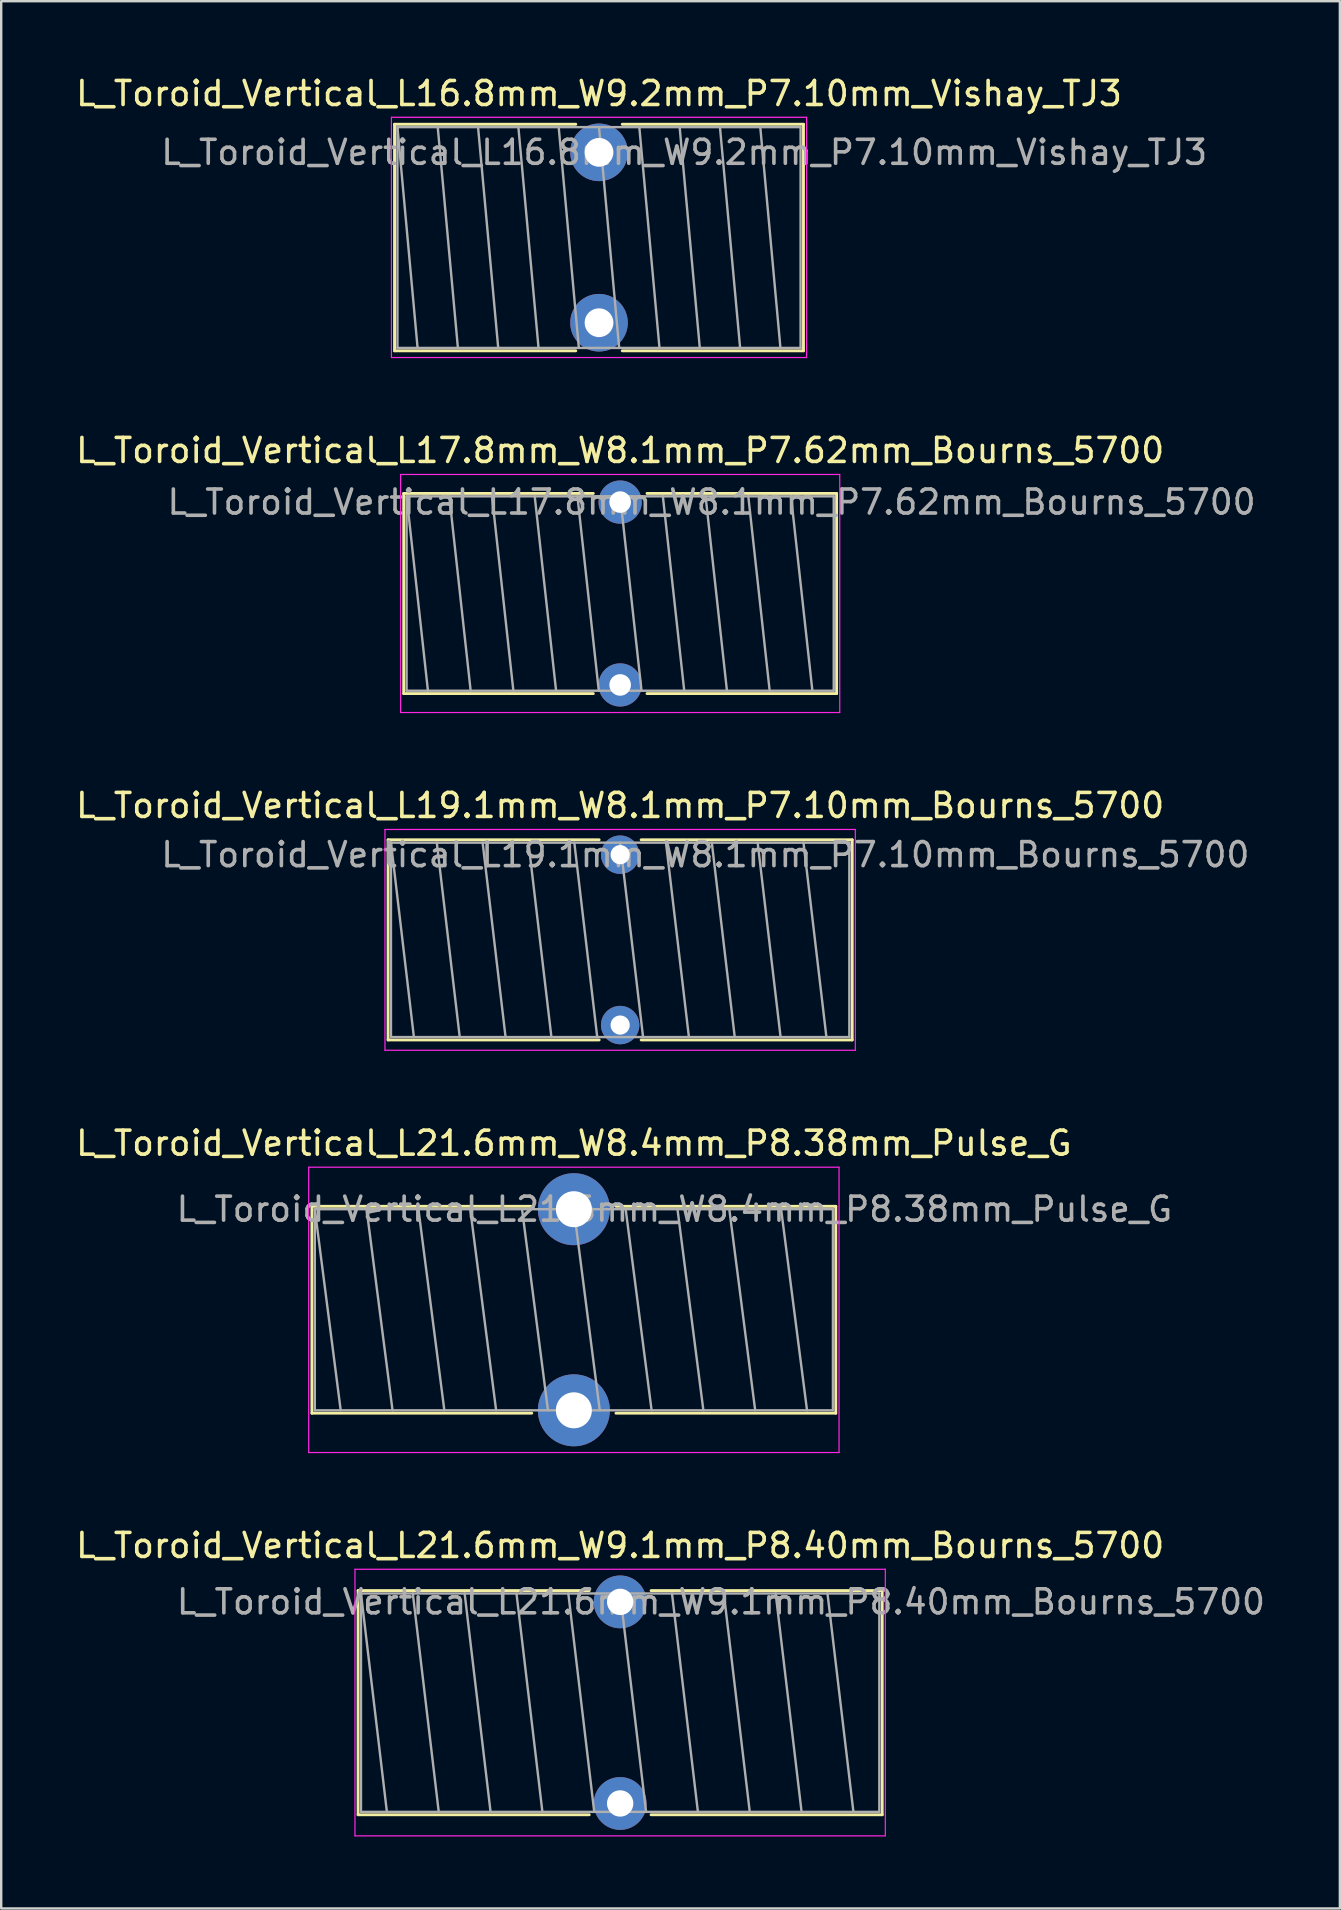
<source format=kicad_pcb>
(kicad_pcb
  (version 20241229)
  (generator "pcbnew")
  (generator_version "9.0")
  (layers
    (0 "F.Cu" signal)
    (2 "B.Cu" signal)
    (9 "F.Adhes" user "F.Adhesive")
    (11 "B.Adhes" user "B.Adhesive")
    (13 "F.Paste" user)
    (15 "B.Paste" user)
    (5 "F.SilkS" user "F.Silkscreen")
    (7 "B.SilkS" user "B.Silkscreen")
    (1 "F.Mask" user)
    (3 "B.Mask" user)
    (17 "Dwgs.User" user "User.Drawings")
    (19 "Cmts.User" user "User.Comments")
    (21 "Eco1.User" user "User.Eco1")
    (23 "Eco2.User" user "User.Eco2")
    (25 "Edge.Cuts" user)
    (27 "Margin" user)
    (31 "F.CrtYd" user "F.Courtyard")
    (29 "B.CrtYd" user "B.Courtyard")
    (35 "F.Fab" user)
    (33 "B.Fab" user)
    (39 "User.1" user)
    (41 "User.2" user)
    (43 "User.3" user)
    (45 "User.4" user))
  (footprint "L_Toroid_Vertical_L16.8mm_W9.2mm_P7.10mm_Vishay_TJ3"
    (layer "F.Cu")
    (at 21.911 3.298)
    (property "Reference" "L_Toroid_Vertical_L16.8mm_W9.2mm_P7.10mm_Vishay_TJ3" (at 0 -2.45 0) (layer "F.SilkS") (effects (font (size 1 1) (thickness 0.15))))
    (attr through_hole)
    (fp_line (start -8.52 -1.17) (end -8.52 8.27) (stroke (width 0.12) (type solid)) (layer "F.SilkS"))
    (fp_line (start -8.52 -1.17) (end -0.968 -1.17) (stroke (width 0.12) (type solid)) (layer "F.SilkS"))
    (fp_line (start -8.52 8.27) (end -0.968 8.27) (stroke (width 0.12) (type solid)) (layer "F.SilkS"))
    (fp_line (start 0.968 -1.17) (end 8.52 -1.17) (stroke (width 0.12) (type solid)) (layer "F.SilkS"))
    (fp_line (start 0.968 8.27) (end 8.52 8.27) (stroke (width 0.12) (type solid)) (layer "F.SilkS"))
    (fp_line (start 8.52 -1.17) (end 8.52 8.27) (stroke (width 0.12) (type solid)) (layer "F.SilkS"))
    (fp_line (start -8.65 -1.46) (end -8.65 8.55) (stroke (width 0.05) (type solid)) (layer "F.CrtYd"))
    (fp_line (start -8.65 8.55) (end 8.65 8.55) (stroke (width 0.05) (type solid)) (layer "F.CrtYd"))
    (fp_line (start 8.65 -1.46) (end -8.65 -1.46) (stroke (width 0.05) (type solid)) (layer "F.CrtYd"))
    (fp_line (start 8.65 8.55) (end 8.65 -1.46) (stroke (width 0.05) (type solid)) (layer "F.CrtYd"))
    (fp_line (start -8.4 -1.05) (end -8.4 8.15) (stroke (width 0.1) (type solid)) (layer "F.Fab"))
    (fp_line (start -8.4 -1.05) (end -7.56 8.15) (stroke (width 0.1) (type solid)) (layer "F.Fab"))
    (fp_line (start -8.4 8.15) (end 8.4 8.15) (stroke (width 0.1) (type solid)) (layer "F.Fab"))
    (fp_line (start -6.72 -1.05) (end -5.88 8.15) (stroke (width 0.1) (type solid)) (layer "F.Fab"))
    (fp_line (start -5.04 -1.05) (end -4.2 8.15) (stroke (width 0.1) (type solid)) (layer "F.Fab"))
    (fp_line (start -3.36 -1.05) (end -2.52 8.15) (stroke (width 0.1) (type solid)) (layer "F.Fab"))
    (fp_line (start -1.68 -1.05) (end -0.84 8.15) (stroke (width 0.1) (type solid)) (layer "F.Fab"))
    (fp_line (start 0 -1.05) (end 0.84 8.15) (stroke (width 0.1) (type solid)) (layer "F.Fab"))
    (fp_line (start 1.68 -1.05) (end 2.52 8.15) (stroke (width 0.1) (type solid)) (layer "F.Fab"))
    (fp_line (start 3.36 -1.05) (end 4.2 8.15) (stroke (width 0.1) (type solid)) (layer "F.Fab"))
    (fp_line (start 5.04 -1.05) (end 5.88 8.15) (stroke (width 0.1) (type solid)) (layer "F.Fab"))
    (fp_line (start 6.72 -1.05) (end 7.56 8.15) (stroke (width 0.1) (type solid)) (layer "F.Fab"))
    (fp_line (start 8.4 -1.05) (end -8.4 -1.05) (stroke (width 0.1) (type solid)) (layer "F.Fab"))
    (fp_line (start 8.4 8.15) (end 8.4 -1.05) (stroke (width 0.1) (type solid)) (layer "F.Fab"))
    (fp_text user "${REFERENCE}" (at 3.55 0 0) (layer "F.Fab") (effects (font (size 1 1) (thickness 0.15))))
    (pad "1" thru_hole circle (at 0 0) (size 2.4 2.4) (drill 1.2) (layers "*.Cu" "*.Mask"))
    (pad "2" thru_hole circle (at 0 7.1) (size 2.4 2.4) (drill 1.2) (layers "*.Cu" "*.Mask")))
  (footprint "L_Toroid_Vertical_L17.8mm_W8.1mm_P7.62mm_Bourns_5700"
    (layer "F.Cu")
    (at 22.792 17.872)
    (property "Reference" "L_Toroid_Vertical_L17.8mm_W8.1mm_P7.62mm_Bourns_5700" (at 0 -2.15 0) (layer "F.SilkS") (effects (font (size 1 1) (thickness 0.15))))
    (attr through_hole)
    (fp_line (start -9.02 -0.36) (end -9.02 7.98) (stroke (width 0.12) (type solid)) (layer "F.SilkS"))
    (fp_line (start -9.02 -0.36) (end -1.119 -0.36) (stroke (width 0.12) (type solid)) (layer "F.SilkS"))
    (fp_line (start -9.02 7.98) (end -1.119 7.98) (stroke (width 0.12) (type solid)) (layer "F.SilkS"))
    (fp_line (start 1.119 -0.36) (end 9.02 -0.36) (stroke (width 0.12) (type solid)) (layer "F.SilkS"))
    (fp_line (start 1.119 7.98) (end 9.02 7.98) (stroke (width 0.12) (type solid)) (layer "F.SilkS"))
    (fp_line (start 9.02 -0.36) (end 9.02 7.98) (stroke (width 0.12) (type solid)) (layer "F.SilkS"))
    (fp_line (start -9.15 -1.15) (end -9.15 8.77) (stroke (width 0.05) (type solid)) (layer "F.CrtYd"))
    (fp_line (start -9.15 8.77) (end 9.15 8.77) (stroke (width 0.05) (type solid)) (layer "F.CrtYd"))
    (fp_line (start 9.15 -1.15) (end -9.15 -1.15) (stroke (width 0.05) (type solid)) (layer "F.CrtYd"))
    (fp_line (start 9.15 8.77) (end 9.15 -1.15) (stroke (width 0.05) (type solid)) (layer "F.CrtYd"))
    (fp_line (start -8.9 -0.24) (end -8.9 7.86) (stroke (width 0.1) (type solid)) (layer "F.Fab"))
    (fp_line (start -8.9 -0.24) (end -8.01 7.86) (stroke (width 0.1) (type solid)) (layer "F.Fab"))
    (fp_line (start -8.9 7.86) (end 8.9 7.86) (stroke (width 0.1) (type solid)) (layer "F.Fab"))
    (fp_line (start -7.12 -0.24) (end -6.23 7.86) (stroke (width 0.1) (type solid)) (layer "F.Fab"))
    (fp_line (start -5.34 -0.24) (end -4.45 7.86) (stroke (width 0.1) (type solid)) (layer "F.Fab"))
    (fp_line (start -3.56 -0.24) (end -2.67 7.86) (stroke (width 0.1) (type solid)) (layer "F.Fab"))
    (fp_line (start -1.78 -0.24) (end -0.89 7.86) (stroke (width 0.1) (type solid)) (layer "F.Fab"))
    (fp_line (start 0 -0.24) (end 0.89 7.86) (stroke (width 0.1) (type solid)) (layer "F.Fab"))
    (fp_line (start 1.78 -0.24) (end 2.67 7.86) (stroke (width 0.1) (type solid)) (layer "F.Fab"))
    (fp_line (start 3.56 -0.24) (end 4.45 7.86) (stroke (width 0.1) (type solid)) (layer "F.Fab"))
    (fp_line (start 5.34 -0.24) (end 6.23 7.86) (stroke (width 0.1) (type solid)) (layer "F.Fab"))
    (fp_line (start 7.12 -0.24) (end 8.01 7.86) (stroke (width 0.1) (type solid)) (layer "F.Fab"))
    (fp_line (start 8.9 -0.24) (end -8.9 -0.24) (stroke (width 0.1) (type solid)) (layer "F.Fab"))
    (fp_line (start 8.9 7.86) (end 8.9 -0.24) (stroke (width 0.1) (type solid)) (layer "F.Fab"))
    (fp_text user "${REFERENCE}" (at 3.81 0 0) (layer "F.Fab") (effects (font (size 1 1) (thickness 0.15))))
    (pad "1" thru_hole circle (at 0 0) (size 1.8 1.8) (drill 0.9) (layers "*.Cu" "*.Mask"))
    (pad "2" thru_hole circle (at 0 7.62) (size 1.8 1.8) (drill 0.9) (layers "*.Cu" "*.Mask")))
  (footprint "L_Toroid_Vertical_L19.1mm_W8.1mm_P7.10mm_Bourns_5700"
    (layer "F.Cu")
    (at 22.792 32.565)
    (property "Reference" "L_Toroid_Vertical_L19.1mm_W8.1mm_P7.10mm_Bourns_5700" (at 0 -2.05 0) (layer "F.SilkS") (effects (font (size 1 1) (thickness 0.15))))
    (attr through_hole)
    (fp_line (start -9.67 -0.62) (end -9.67 7.72) (stroke (width 0.12) (type solid)) (layer "F.SilkS"))
    (fp_line (start -9.67 -0.62) (end -0.875 -0.62) (stroke (width 0.12) (type solid)) (layer "F.SilkS"))
    (fp_line (start -9.67 7.72) (end -0.875 7.72) (stroke (width 0.12) (type solid)) (layer "F.SilkS"))
    (fp_line (start 0.875 -0.62) (end 9.67 -0.62) (stroke (width 0.12) (type solid)) (layer "F.SilkS"))
    (fp_line (start 0.875 7.72) (end 9.67 7.72) (stroke (width 0.12) (type solid)) (layer "F.SilkS"))
    (fp_line (start 9.67 -0.62) (end 9.67 7.72) (stroke (width 0.12) (type solid)) (layer "F.SilkS"))
    (fp_line (start -9.8 -1.05) (end -9.8 8.15) (stroke (width 0.05) (type solid)) (layer "F.CrtYd"))
    (fp_line (start -9.8 8.15) (end 9.8 8.15) (stroke (width 0.05) (type solid)) (layer "F.CrtYd"))
    (fp_line (start 9.8 -1.05) (end -9.8 -1.05) (stroke (width 0.05) (type solid)) (layer "F.CrtYd"))
    (fp_line (start 9.8 8.15) (end 9.8 -1.05) (stroke (width 0.05) (type solid)) (layer "F.CrtYd"))
    (fp_line (start -9.55 -0.5) (end -9.55 7.6) (stroke (width 0.1) (type solid)) (layer "F.Fab"))
    (fp_line (start -9.55 -0.5) (end -8.595 7.6) (stroke (width 0.1) (type solid)) (layer "F.Fab"))
    (fp_line (start -9.55 7.6) (end 9.55 7.6) (stroke (width 0.1) (type solid)) (layer "F.Fab"))
    (fp_line (start -7.64 -0.5) (end -6.685 7.6) (stroke (width 0.1) (type solid)) (layer "F.Fab"))
    (fp_line (start -5.73 -0.5) (end -4.775 7.6) (stroke (width 0.1) (type solid)) (layer "F.Fab"))
    (fp_line (start -3.82 -0.5) (end -2.865 7.6) (stroke (width 0.1) (type solid)) (layer "F.Fab"))
    (fp_line (start -1.91 -0.5) (end -0.955 7.6) (stroke (width 0.1) (type solid)) (layer "F.Fab"))
    (fp_line (start 0 -0.5) (end 0.955 7.6) (stroke (width 0.1) (type solid)) (layer "F.Fab"))
    (fp_line (start 1.91 -0.5) (end 2.865 7.6) (stroke (width 0.1) (type solid)) (layer "F.Fab"))
    (fp_line (start 3.82 -0.5) (end 4.775 7.6) (stroke (width 0.1) (type solid)) (layer "F.Fab"))
    (fp_line (start 5.73 -0.5) (end 6.685 7.6) (stroke (width 0.1) (type solid)) (layer "F.Fab"))
    (fp_line (start 7.64 -0.5) (end 8.595 7.6) (stroke (width 0.1) (type solid)) (layer "F.Fab"))
    (fp_line (start 9.55 -0.5) (end -9.55 -0.5) (stroke (width 0.1) (type solid)) (layer "F.Fab"))
    (fp_line (start 9.55 7.6) (end 9.55 -0.5) (stroke (width 0.1) (type solid)) (layer "F.Fab"))
    (fp_text user "${REFERENCE}" (at 3.55 0 0) (layer "F.Fab") (effects (font (size 1 1) (thickness 0.15))))
    (pad "1" thru_hole circle (at 0 0) (size 1.6 1.6) (drill 0.8) (layers "*.Cu" "*.Mask"))
    (pad "2" thru_hole circle (at 0 7.1) (size 1.6 1.6) (drill 0.8) (layers "*.Cu" "*.Mask")))
  (footprint "L_Toroid_Vertical_L21.6mm_W8.4mm_P8.38mm_Pulse_G"
    (layer "F.Cu")
    (at 20.863 47.338)
    (property "Reference" "L_Toroid_Vertical_L21.6mm_W8.4mm_P8.38mm_Pulse_G" (at 0 -2.75 0) (layer "F.SilkS") (effects (font (size 1 1) (thickness 0.15))))
    (attr through_hole)
    (fp_line (start -10.915 -0.12) (end -10.915 8.5) (stroke (width 0.12) (type solid)) (layer "F.SilkS"))
    (fp_line (start -10.915 -0.12) (end -1.755 -0.12) (stroke (width 0.12) (type solid)) (layer "F.SilkS"))
    (fp_line (start -10.915 8.5) (end -1.755 8.5) (stroke (width 0.12) (type solid)) (layer "F.SilkS"))
    (fp_line (start 1.755 -0.12) (end 10.915 -0.12) (stroke (width 0.12) (type solid)) (layer "F.SilkS"))
    (fp_line (start 1.755 8.5) (end 10.915 8.5) (stroke (width 0.12) (type solid)) (layer "F.SilkS"))
    (fp_line (start 10.915 -0.12) (end 10.915 8.5) (stroke (width 0.12) (type solid)) (layer "F.SilkS"))
    (fp_line (start -11.05 -1.75) (end -11.05 10.14) (stroke (width 0.05) (type solid)) (layer "F.CrtYd"))
    (fp_line (start -11.05 10.14) (end 11.05 10.14) (stroke (width 0.05) (type solid)) (layer "F.CrtYd"))
    (fp_line (start 11.05 -1.75) (end -11.05 -1.75) (stroke (width 0.05) (type solid)) (layer "F.CrtYd"))
    (fp_line (start 11.05 10.14) (end 11.05 -1.75) (stroke (width 0.05) (type solid)) (layer "F.CrtYd"))
    (fp_line (start -10.795 0) (end -10.795 8.38) (stroke (width 0.1) (type solid)) (layer "F.Fab"))
    (fp_line (start -10.795 0) (end -9.716 8.38) (stroke (width 0.1) (type solid)) (layer "F.Fab"))
    (fp_line (start -10.795 8.38) (end 10.795 8.38) (stroke (width 0.1) (type solid)) (layer "F.Fab"))
    (fp_line (start -8.636 0) (end -7.556 8.38) (stroke (width 0.1) (type solid)) (layer "F.Fab"))
    (fp_line (start -6.477 0) (end -5.397 8.38) (stroke (width 0.1) (type solid)) (layer "F.Fab"))
    (fp_line (start -4.318 0) (end -3.239 8.38) (stroke (width 0.1) (type solid)) (layer "F.Fab"))
    (fp_line (start -2.159 0) (end -1.079 8.38) (stroke (width 0.1) (type solid)) (layer "F.Fab"))
    (fp_line (start 0 0) (end 1.079 8.38) (stroke (width 0.1) (type solid)) (layer "F.Fab"))
    (fp_line (start 2.159 0) (end 3.239 8.38) (stroke (width 0.1) (type solid)) (layer "F.Fab"))
    (fp_line (start 4.318 0) (end 5.397 8.38) (stroke (width 0.1) (type solid)) (layer "F.Fab"))
    (fp_line (start 6.477 0) (end 7.556 8.38) (stroke (width 0.1) (type solid)) (layer "F.Fab"))
    (fp_line (start 8.636 0) (end 9.716 8.38) (stroke (width 0.1) (type solid)) (layer "F.Fab"))
    (fp_line (start 10.795 0) (end -10.795 0) (stroke (width 0.1) (type solid)) (layer "F.Fab"))
    (fp_line (start 10.795 8.38) (end 10.795 0) (stroke (width 0.1) (type solid)) (layer "F.Fab"))
    (fp_text user "${REFERENCE}" (at 4.19 0 0) (layer "F.Fab") (effects (font (size 1 1) (thickness 0.15))))
    (pad "1" thru_hole circle (at 0 0) (size 3 3) (drill 1.5) (layers "*.Cu" "*.Mask"))
    (pad "2" thru_hole circle (at 0 8.38) (size 3 3) (drill 1.5) (layers "*.Cu" "*.Mask")))
  (footprint "L_Toroid_Vertical_L21.6mm_W9.1mm_P8.40mm_Bourns_5700"
    (layer "F.Cu")
    (at 22.792 63.701)
    (property "Reference" "L_Toroid_Vertical_L21.6mm_W9.1mm_P8.40mm_Bourns_5700" (at 0 -2.35 0) (layer "F.SilkS") (effects (font (size 1 1) (thickness 0.15))))
    (attr through_hole)
    (fp_line (start -10.92 -0.47) (end -10.92 8.87) (stroke (width 0.12) (type solid)) (layer "F.SilkS"))
    (fp_line (start -10.92 -0.47) (end -1.288 -0.47) (stroke (width 0.12) (type solid)) (layer "F.SilkS"))
    (fp_line (start -10.92 8.87) (end -1.288 8.87) (stroke (width 0.12) (type solid)) (layer "F.SilkS"))
    (fp_line (start 1.288 -0.47) (end 10.92 -0.47) (stroke (width 0.12) (type solid)) (layer "F.SilkS"))
    (fp_line (start 1.288 8.87) (end 10.92 8.87) (stroke (width 0.12) (type solid)) (layer "F.SilkS"))
    (fp_line (start 10.92 -0.47) (end 10.92 8.87) (stroke (width 0.12) (type solid)) (layer "F.SilkS"))
    (fp_line (start -11.05 -1.36) (end -11.05 9.75) (stroke (width 0.05) (type solid)) (layer "F.CrtYd"))
    (fp_line (start -11.05 9.75) (end 11.05 9.75) (stroke (width 0.05) (type solid)) (layer "F.CrtYd"))
    (fp_line (start 11.05 -1.36) (end -11.05 -1.36) (stroke (width 0.05) (type solid)) (layer "F.CrtYd"))
    (fp_line (start 11.05 9.75) (end 11.05 -1.36) (stroke (width 0.05) (type solid)) (layer "F.CrtYd"))
    (fp_line (start -10.8 -0.35) (end -10.8 8.75) (stroke (width 0.1) (type solid)) (layer "F.Fab"))
    (fp_line (start -10.8 -0.35) (end -9.72 8.75) (stroke (width 0.1) (type solid)) (layer "F.Fab"))
    (fp_line (start -10.8 8.75) (end 10.8 8.75) (stroke (width 0.1) (type solid)) (layer "F.Fab"))
    (fp_line (start -8.64 -0.35) (end -7.56 8.75) (stroke (width 0.1) (type solid)) (layer "F.Fab"))
    (fp_line (start -6.48 -0.35) (end -5.4 8.75) (stroke (width 0.1) (type solid)) (layer "F.Fab"))
    (fp_line (start -4.32 -0.35) (end -3.24 8.75) (stroke (width 0.1) (type solid)) (layer "F.Fab"))
    (fp_line (start -2.16 -0.35) (end -1.08 8.75) (stroke (width 0.1) (type solid)) (layer "F.Fab"))
    (fp_line (start 0 -0.35) (end 1.08 8.75) (stroke (width 0.1) (type solid)) (layer "F.Fab"))
    (fp_line (start 2.16 -0.35) (end 3.24 8.75) (stroke (width 0.1) (type solid)) (layer "F.Fab"))
    (fp_line (start 4.32 -0.35) (end 5.4 8.75) (stroke (width 0.1) (type solid)) (layer "F.Fab"))
    (fp_line (start 6.48 -0.35) (end 7.56 8.75) (stroke (width 0.1) (type solid)) (layer "F.Fab"))
    (fp_line (start 8.64 -0.35) (end 9.72 8.75) (stroke (width 0.1) (type solid)) (layer "F.Fab"))
    (fp_line (start 10.8 -0.35) (end -10.8 -0.35) (stroke (width 0.1) (type solid)) (layer "F.Fab"))
    (fp_line (start 10.8 8.75) (end 10.8 -0.35) (stroke (width 0.1) (type solid)) (layer "F.Fab"))
    (fp_text user "${REFERENCE}" (at 4.2 0 0) (layer "F.Fab") (effects (font (size 1 1) (thickness 0.15))))
    (pad "1" thru_hole circle (at 0 0) (size 2.2 2.2) (drill 1.1) (layers "*.Cu" "*.Mask"))
    (pad "2" thru_hole circle (at 0 8.4) (size 2.2 2.2) (drill 1.1) (layers "*.Cu" "*.Mask")))
  (gr_rect
    (start -3 -3)
    (end 52.783 76.476)
    (stroke (width 0.1) (type default))
    (fill no)
    (layer "Edge.Cuts")))
</source>
